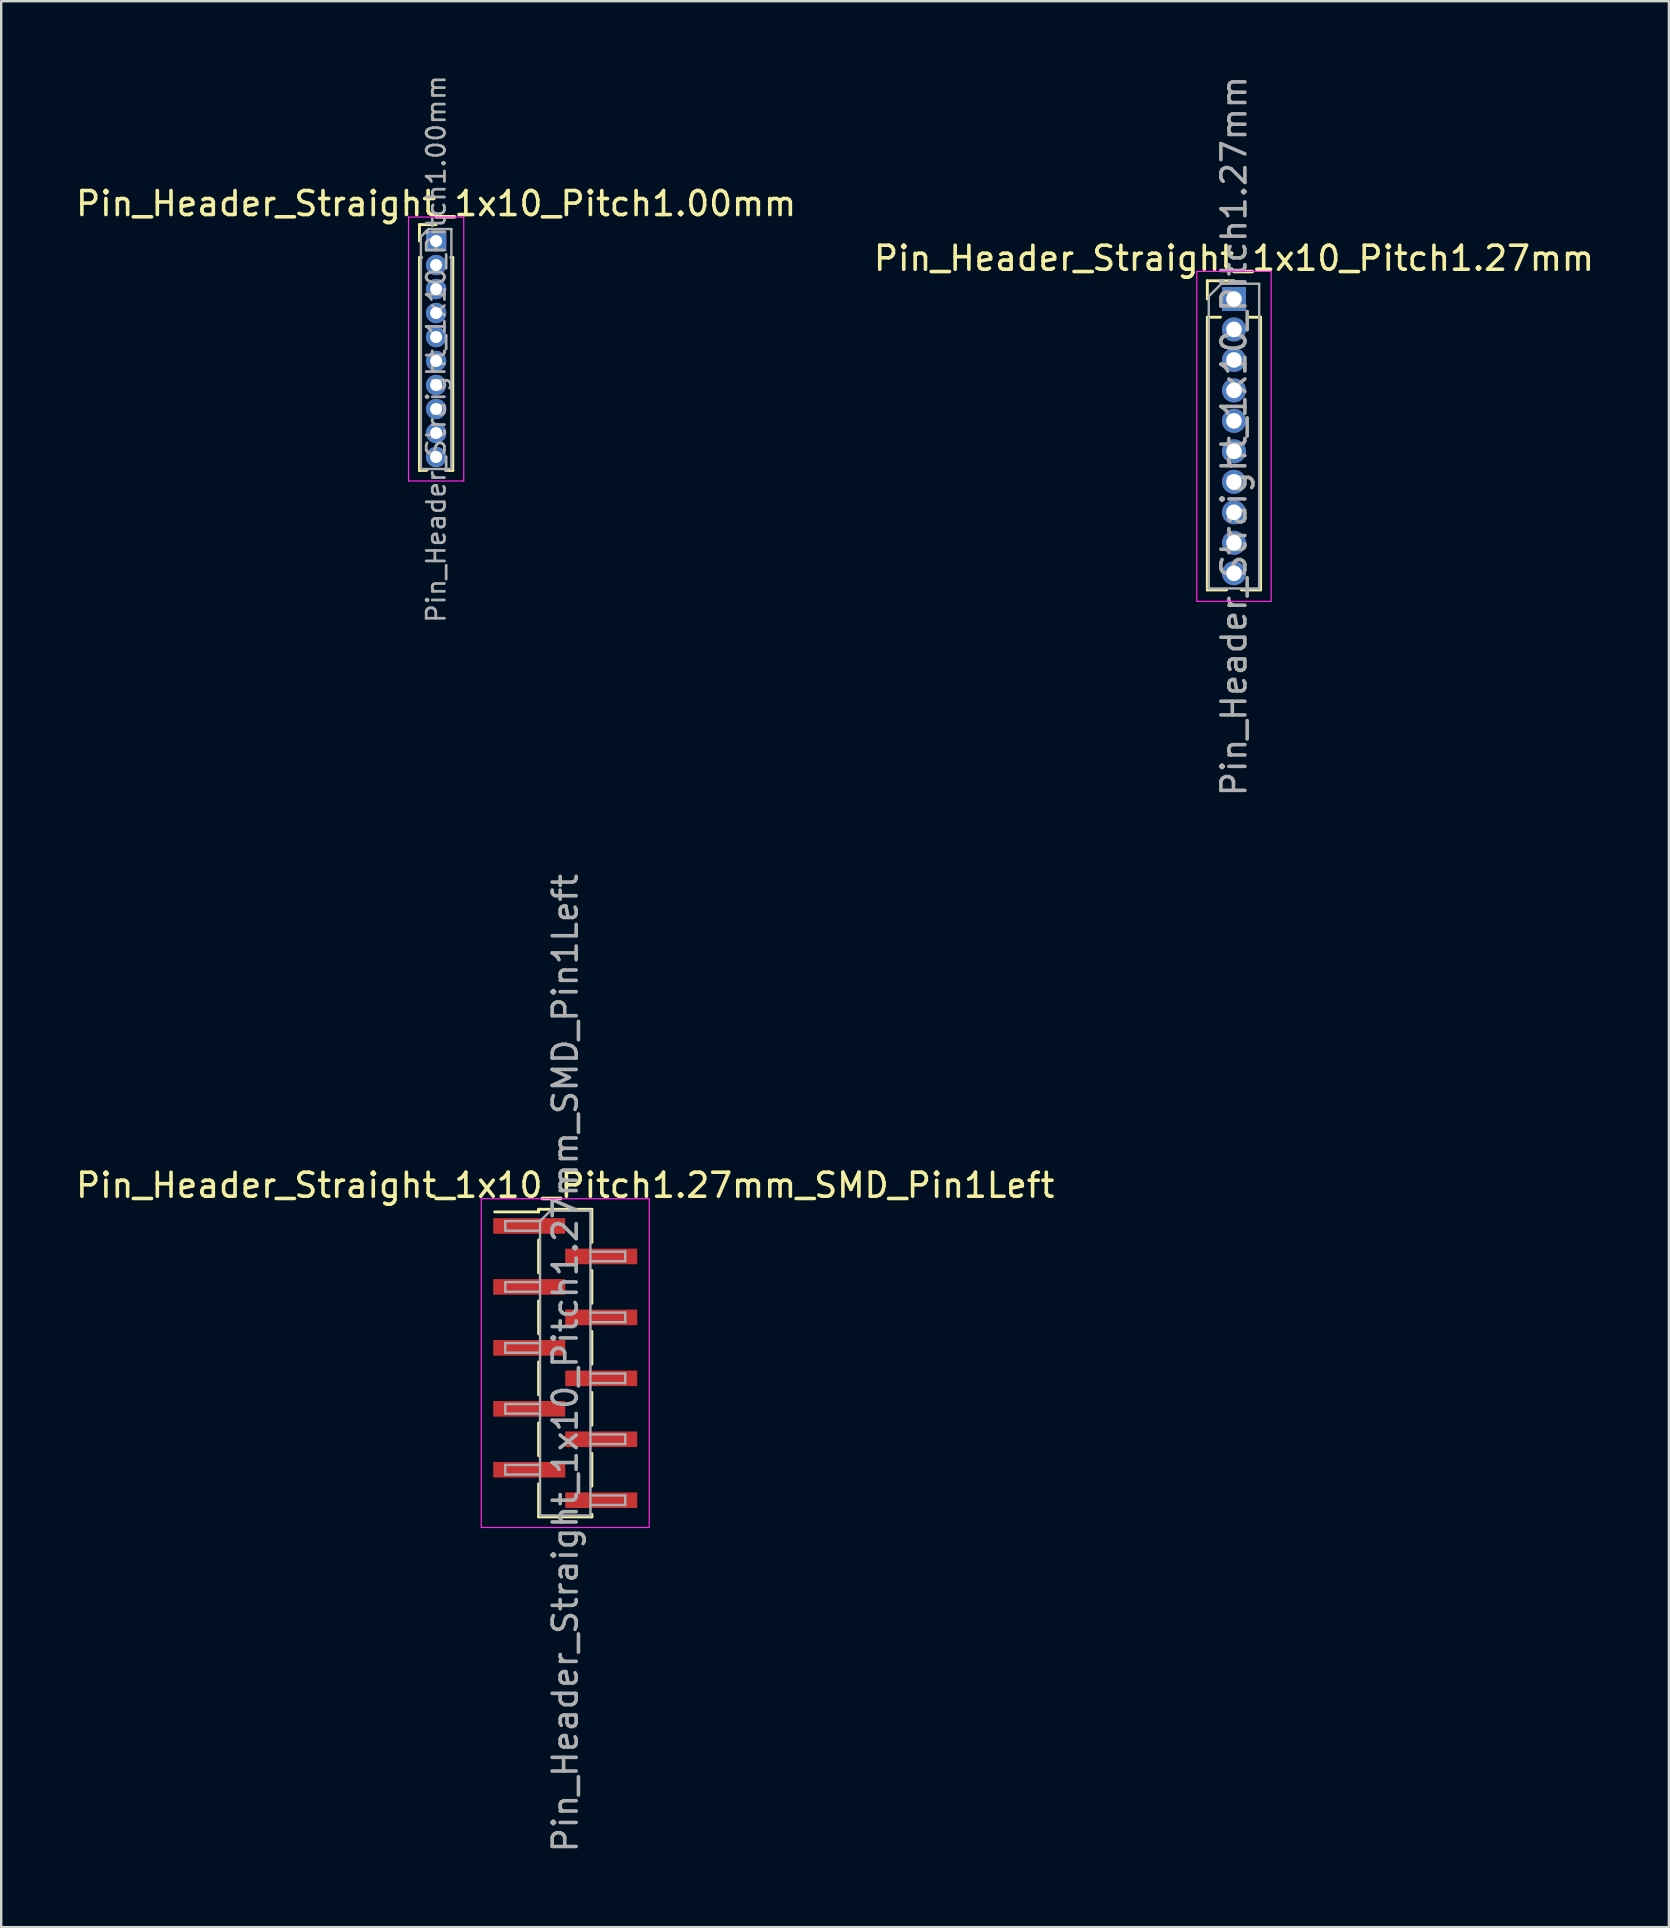
<source format=kicad_pcb>
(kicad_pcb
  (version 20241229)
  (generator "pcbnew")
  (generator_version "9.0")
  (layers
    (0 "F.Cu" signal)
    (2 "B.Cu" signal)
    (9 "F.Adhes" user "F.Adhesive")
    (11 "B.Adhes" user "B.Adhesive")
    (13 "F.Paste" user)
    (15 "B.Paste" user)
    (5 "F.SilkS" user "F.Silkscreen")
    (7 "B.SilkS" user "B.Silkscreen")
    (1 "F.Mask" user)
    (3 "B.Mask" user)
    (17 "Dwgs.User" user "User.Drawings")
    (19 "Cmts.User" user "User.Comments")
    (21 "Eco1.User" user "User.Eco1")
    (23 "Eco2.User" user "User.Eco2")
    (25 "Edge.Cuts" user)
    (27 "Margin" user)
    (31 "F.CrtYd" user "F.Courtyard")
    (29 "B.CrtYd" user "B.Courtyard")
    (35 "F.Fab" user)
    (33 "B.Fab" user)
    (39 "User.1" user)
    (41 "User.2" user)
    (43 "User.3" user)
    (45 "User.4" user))
  (footprint "Pin_Header_Straight_1x10_Pitch1.27mm"
    (layer "F.Cu")
    (at 48.375 9.41)
    (property "Reference" "Pin_Header_Straight_1x10_Pitch1.27mm" (at 0 -1.695 0) (layer "F.SilkS") (effects (font (size 1 1) (thickness 0.15))))
    (attr through_hole)
    (fp_line (start -1.11 -0.76) (end 0 -0.76) (stroke (width 0.12) (type solid)) (layer "F.SilkS"))
    (fp_line (start -1.11 0) (end -1.11 -0.76) (stroke (width 0.12) (type solid)) (layer "F.SilkS"))
    (fp_line (start -1.11 0.76) (end -1.11 12.125) (stroke (width 0.12) (type solid)) (layer "F.SilkS"))
    (fp_line (start -1.11 0.76) (end -0.563 0.76) (stroke (width 0.12) (type solid)) (layer "F.SilkS"))
    (fp_line (start -1.11 12.125) (end -0.308 12.125) (stroke (width 0.12) (type solid)) (layer "F.SilkS"))
    (fp_line (start 0.308 12.125) (end 1.11 12.125) (stroke (width 0.12) (type solid)) (layer "F.SilkS"))
    (fp_line (start 0.563 0.76) (end 1.11 0.76) (stroke (width 0.12) (type solid)) (layer "F.SilkS"))
    (fp_line (start 1.11 0.76) (end 1.11 12.125) (stroke (width 0.12) (type solid)) (layer "F.SilkS"))
    (fp_line (start -1.55 -1.15) (end -1.55 12.6) (stroke (width 0.05) (type solid)) (layer "F.CrtYd"))
    (fp_line (start -1.55 12.6) (end 1.55 12.6) (stroke (width 0.05) (type solid)) (layer "F.CrtYd"))
    (fp_line (start 1.55 -1.15) (end -1.55 -1.15) (stroke (width 0.05) (type solid)) (layer "F.CrtYd"))
    (fp_line (start 1.55 12.6) (end 1.55 -1.15) (stroke (width 0.05) (type solid)) (layer "F.CrtYd"))
    (fp_line (start -1.05 -0.11) (end -0.525 -0.635) (stroke (width 0.1) (type solid)) (layer "F.Fab"))
    (fp_line (start -1.05 12.065) (end -1.05 -0.11) (stroke (width 0.1) (type solid)) (layer "F.Fab"))
    (fp_line (start -0.525 -0.635) (end 1.05 -0.635) (stroke (width 0.1) (type solid)) (layer "F.Fab"))
    (fp_line (start 1.05 -0.635) (end 1.05 12.065) (stroke (width 0.1) (type solid)) (layer "F.Fab"))
    (fp_line (start 1.05 12.065) (end -1.05 12.065) (stroke (width 0.1) (type solid)) (layer "F.Fab"))
    (fp_text user "${REFERENCE}" (at 0 5.715 90) (layer "F.Fab") (effects (font (size 1 1) (thickness 0.15))))
    (pad "1" thru_hole rect (at 0 0) (size 1 1) (drill 0.65) (layers "*.Cu" "*.Mask"))
    (pad "2" thru_hole oval (at 0 1.27) (size 1 1) (drill 0.65) (layers "*.Cu" "*.Mask"))
    (pad "3" thru_hole oval (at 0 2.54) (size 1 1) (drill 0.65) (layers "*.Cu" "*.Mask"))
    (pad "4" thru_hole oval (at 0 3.81) (size 1 1) (drill 0.65) (layers "*.Cu" "*.Mask"))
    (pad "5" thru_hole oval (at 0 5.08) (size 1 1) (drill 0.65) (layers "*.Cu" "*.Mask"))
    (pad "6" thru_hole oval (at 0 6.35) (size 1 1) (drill 0.65) (layers "*.Cu" "*.Mask"))
    (pad "7" thru_hole oval (at 0 7.62) (size 1 1) (drill 0.65) (layers "*.Cu" "*.Mask"))
    (pad "8" thru_hole oval (at 0 8.89) (size 1 1) (drill 0.65) (layers "*.Cu" "*.Mask"))
    (pad "9" thru_hole oval (at 0 10.16) (size 1 1) (drill 0.65) (layers "*.Cu" "*.Mask"))
    (pad "10" thru_hole oval (at 0 11.43) (size 1 1) (drill 0.65) (layers "*.Cu" "*.Mask")))
  (footprint "Pin_Header_Straight_1x10_Pitch1.00mm"
    (layer "F.Cu")
    (at 15.125 6.995)
    (property "Reference" "Pin_Header_Straight_1x10_Pitch1.00mm" (at 0 -1.56 0) (layer "F.SilkS") (effects (font (size 1 1) (thickness 0.15))))
    (attr through_hole)
    (fp_line (start -0.695 -0.685) (end 0 -0.685) (stroke (width 0.12) (type solid)) (layer "F.SilkS"))
    (fp_line (start -0.695 0) (end -0.695 -0.685) (stroke (width 0.12) (type solid)) (layer "F.SilkS"))
    (fp_line (start -0.695 0.685) (end -0.695 9.56) (stroke (width 0.12) (type solid)) (layer "F.SilkS"))
    (fp_line (start -0.695 0.685) (end -0.608 0.685) (stroke (width 0.12) (type solid)) (layer "F.SilkS"))
    (fp_line (start -0.695 9.56) (end -0.394 9.56) (stroke (width 0.12) (type solid)) (layer "F.SilkS"))
    (fp_line (start 0.394 9.56) (end 0.695 9.56) (stroke (width 0.12) (type solid)) (layer "F.SilkS"))
    (fp_line (start 0.608 0.685) (end 0.695 0.685) (stroke (width 0.12) (type solid)) (layer "F.SilkS"))
    (fp_line (start 0.695 0.685) (end 0.695 9.56) (stroke (width 0.12) (type solid)) (layer "F.SilkS"))
    (fp_line (start -1.15 -1) (end -1.15 10) (stroke (width 0.05) (type solid)) (layer "F.CrtYd"))
    (fp_line (start -1.15 10) (end 1.15 10) (stroke (width 0.05) (type solid)) (layer "F.CrtYd"))
    (fp_line (start 1.15 -1) (end -1.15 -1) (stroke (width 0.05) (type solid)) (layer "F.CrtYd"))
    (fp_line (start 1.15 10) (end 1.15 -1) (stroke (width 0.05) (type solid)) (layer "F.CrtYd"))
    (fp_line (start -0.635 -0.182) (end -0.318 -0.5) (stroke (width 0.1) (type solid)) (layer "F.Fab"))
    (fp_line (start -0.635 9.5) (end -0.635 -0.182) (stroke (width 0.1) (type solid)) (layer "F.Fab"))
    (fp_line (start -0.318 -0.5) (end 0.635 -0.5) (stroke (width 0.1) (type solid)) (layer "F.Fab"))
    (fp_line (start 0.635 -0.5) (end 0.635 9.5) (stroke (width 0.1) (type solid)) (layer "F.Fab"))
    (fp_line (start 0.635 9.5) (end -0.635 9.5) (stroke (width 0.1) (type solid)) (layer "F.Fab"))
    (fp_text user "${REFERENCE}" (at 0 4.5 90) (layer "F.Fab") (effects (font (size 0.76 0.76) (thickness 0.114))))
    (pad "1" thru_hole rect (at 0 0) (size 0.85 0.85) (drill 0.5) (layers "*.Cu" "*.Mask"))
    (pad "2" thru_hole oval (at 0 1) (size 0.85 0.85) (drill 0.5) (layers "*.Cu" "*.Mask"))
    (pad "3" thru_hole oval (at 0 2) (size 0.85 0.85) (drill 0.5) (layers "*.Cu" "*.Mask"))
    (pad "4" thru_hole oval (at 0 3) (size 0.85 0.85) (drill 0.5) (layers "*.Cu" "*.Mask"))
    (pad "5" thru_hole oval (at 0 4) (size 0.85 0.85) (drill 0.5) (layers "*.Cu" "*.Mask"))
    (pad "6" thru_hole oval (at 0 5) (size 0.85 0.85) (drill 0.5) (layers "*.Cu" "*.Mask"))
    (pad "7" thru_hole oval (at 0 6) (size 0.85 0.85) (drill 0.5) (layers "*.Cu" "*.Mask"))
    (pad "8" thru_hole oval (at 0 7) (size 0.85 0.85) (drill 0.5) (layers "*.Cu" "*.Mask"))
    (pad "9" thru_hole oval (at 0 8) (size 0.85 0.85) (drill 0.5) (layers "*.Cu" "*.Mask"))
    (pad "10" thru_hole oval (at 0 9) (size 0.85 0.85) (drill 0.5) (layers "*.Cu" "*.Mask")))
  (footprint "Pin_Header_Straight_1x10_Pitch1.27mm_SMD_Pin1Left"
    (layer "F.Cu")
    (at 20.506 53.756)
    (property "Reference" "Pin_Header_Straight_1x10_Pitch1.27mm_SMD_Pin1Left" (at 0 -7.41 0) (layer "F.SilkS") (effects (font (size 1 1) (thickness 0.15))))
    (attr smd)
    (fp_line (start -1.11 -6.41) (end -1.11 -6.3) (stroke (width 0.12) (type solid)) (layer "F.SilkS"))
    (fp_line (start -1.11 -6.41) (end 1.11 -6.41) (stroke (width 0.12) (type solid)) (layer "F.SilkS"))
    (fp_line (start -1.11 -6.3) (end -2.94 -6.3) (stroke (width 0.12) (type solid)) (layer "F.SilkS"))
    (fp_line (start -1.11 -5.13) (end -1.11 -3.76) (stroke (width 0.12) (type solid)) (layer "F.SilkS"))
    (fp_line (start -1.11 -2.59) (end -1.11 -1.22) (stroke (width 0.12) (type solid)) (layer "F.SilkS"))
    (fp_line (start -1.11 -0.05) (end -1.11 1.32) (stroke (width 0.12) (type solid)) (layer "F.SilkS"))
    (fp_line (start -1.11 2.49) (end -1.11 3.86) (stroke (width 0.12) (type solid)) (layer "F.SilkS"))
    (fp_line (start -1.11 5.03) (end -1.11 6.4) (stroke (width 0.12) (type solid)) (layer "F.SilkS"))
    (fp_line (start -1.11 6.41) (end 1.11 6.41) (stroke (width 0.12) (type solid)) (layer "F.SilkS"))
    (fp_line (start 1.11 -6.4) (end 1.11 -5.03) (stroke (width 0.12) (type solid)) (layer "F.SilkS"))
    (fp_line (start 1.11 -3.86) (end 1.11 -2.49) (stroke (width 0.12) (type solid)) (layer "F.SilkS"))
    (fp_line (start 1.11 -1.32) (end 1.11 0.05) (stroke (width 0.12) (type solid)) (layer "F.SilkS"))
    (fp_line (start 1.11 1.22) (end 1.11 2.59) (stroke (width 0.12) (type solid)) (layer "F.SilkS"))
    (fp_line (start 1.11 3.76) (end 1.11 5.13) (stroke (width 0.12) (type solid)) (layer "F.SilkS"))
    (fp_line (start 1.11 6.3) (end 1.11 6.41) (stroke (width 0.12) (type solid)) (layer "F.SilkS"))
    (fp_line (start -3.5 -6.85) (end -3.5 6.85) (stroke (width 0.05) (type solid)) (layer "F.CrtYd"))
    (fp_line (start -3.5 6.85) (end 3.5 6.85) (stroke (width 0.05) (type solid)) (layer "F.CrtYd"))
    (fp_line (start 3.5 -6.85) (end -3.5 -6.85) (stroke (width 0.05) (type solid)) (layer "F.CrtYd"))
    (fp_line (start 3.5 6.85) (end 3.5 -6.85) (stroke (width 0.05) (type solid)) (layer "F.CrtYd"))
    (fp_line (start -2.5 -5.915) (end -2.5 -5.515) (stroke (width 0.1) (type solid)) (layer "F.Fab"))
    (fp_line (start -2.5 -5.515) (end -1.05 -5.515) (stroke (width 0.1) (type solid)) (layer "F.Fab"))
    (fp_line (start -2.5 -3.375) (end -2.5 -2.975) (stroke (width 0.1) (type solid)) (layer "F.Fab"))
    (fp_line (start -2.5 -2.975) (end -1.05 -2.975) (stroke (width 0.1) (type solid)) (layer "F.Fab"))
    (fp_line (start -2.5 -0.835) (end -2.5 -0.435) (stroke (width 0.1) (type solid)) (layer "F.Fab"))
    (fp_line (start -2.5 -0.435) (end -1.05 -0.435) (stroke (width 0.1) (type solid)) (layer "F.Fab"))
    (fp_line (start -2.5 1.705) (end -2.5 2.105) (stroke (width 0.1) (type solid)) (layer "F.Fab"))
    (fp_line (start -2.5 2.105) (end -1.05 2.105) (stroke (width 0.1) (type solid)) (layer "F.Fab"))
    (fp_line (start -2.5 4.245) (end -2.5 4.645) (stroke (width 0.1) (type solid)) (layer "F.Fab"))
    (fp_line (start -2.5 4.645) (end -1.05 4.645) (stroke (width 0.1) (type solid)) (layer "F.Fab"))
    (fp_line (start -1.05 -5.915) (end -2.5 -5.915) (stroke (width 0.1) (type solid)) (layer "F.Fab"))
    (fp_line (start -1.05 -5.915) (end -0.615 -6.35) (stroke (width 0.1) (type solid)) (layer "F.Fab"))
    (fp_line (start -1.05 -3.375) (end -2.5 -3.375) (stroke (width 0.1) (type solid)) (layer "F.Fab"))
    (fp_line (start -1.05 -0.835) (end -2.5 -0.835) (stroke (width 0.1) (type solid)) (layer "F.Fab"))
    (fp_line (start -1.05 1.705) (end -2.5 1.705) (stroke (width 0.1) (type solid)) (layer "F.Fab"))
    (fp_line (start -1.05 4.245) (end -2.5 4.245) (stroke (width 0.1) (type solid)) (layer "F.Fab"))
    (fp_line (start -1.05 6.35) (end -1.05 -5.915) (stroke (width 0.1) (type solid)) (layer "F.Fab"))
    (fp_line (start -0.615 -6.35) (end 1.05 -6.35) (stroke (width 0.1) (type solid)) (layer "F.Fab"))
    (fp_line (start 1.05 -6.35) (end 1.05 6.35) (stroke (width 0.1) (type solid)) (layer "F.Fab"))
    (fp_line (start 1.05 -4.645) (end 2.5 -4.645) (stroke (width 0.1) (type solid)) (layer "F.Fab"))
    (fp_line (start 1.05 -2.105) (end 2.5 -2.105) (stroke (width 0.1) (type solid)) (layer "F.Fab"))
    (fp_line (start 1.05 0.435) (end 2.5 0.435) (stroke (width 0.1) (type solid)) (layer "F.Fab"))
    (fp_line (start 1.05 2.975) (end 2.5 2.975) (stroke (width 0.1) (type solid)) (layer "F.Fab"))
    (fp_line (start 1.05 5.515) (end 2.5 5.515) (stroke (width 0.1) (type solid)) (layer "F.Fab"))
    (fp_line (start 1.05 6.35) (end -1.05 6.35) (stroke (width 0.1) (type solid)) (layer "F.Fab"))
    (fp_line (start 2.5 -4.645) (end 2.5 -4.245) (stroke (width 0.1) (type solid)) (layer "F.Fab"))
    (fp_line (start 2.5 -4.245) (end 1.05 -4.245) (stroke (width 0.1) (type solid)) (layer "F.Fab"))
    (fp_line (start 2.5 -2.105) (end 2.5 -1.705) (stroke (width 0.1) (type solid)) (layer "F.Fab"))
    (fp_line (start 2.5 -1.705) (end 1.05 -1.705) (stroke (width 0.1) (type solid)) (layer "F.Fab"))
    (fp_line (start 2.5 0.435) (end 2.5 0.835) (stroke (width 0.1) (type solid)) (layer "F.Fab"))
    (fp_line (start 2.5 0.835) (end 1.05 0.835) (stroke (width 0.1) (type solid)) (layer "F.Fab"))
    (fp_line (start 2.5 2.975) (end 2.5 3.375) (stroke (width 0.1) (type solid)) (layer "F.Fab"))
    (fp_line (start 2.5 3.375) (end 1.05 3.375) (stroke (width 0.1) (type solid)) (layer "F.Fab"))
    (fp_line (start 2.5 5.515) (end 2.5 5.915) (stroke (width 0.1) (type solid)) (layer "F.Fab"))
    (fp_line (start 2.5 5.915) (end 1.05 5.915) (stroke (width 0.1) (type solid)) (layer "F.Fab"))
    (fp_text user "${REFERENCE}" (at 0 0 90) (layer "F.Fab") (effects (font (size 1 1) (thickness 0.15))))
    (pad "1" smd rect (at -1.5 -5.715) (size 3 0.65) (layers "F.Cu" "F.Mask" "F.Paste"))
    (pad "2" smd rect (at 1.5 -4.445) (size 3 0.65) (layers "F.Cu" "F.Mask" "F.Paste"))
    (pad "3" smd rect (at -1.5 -3.175) (size 3 0.65) (layers "F.Cu" "F.Mask" "F.Paste"))
    (pad "4" smd rect (at 1.5 -1.905) (size 3 0.65) (layers "F.Cu" "F.Mask" "F.Paste"))
    (pad "5" smd rect (at -1.5 -0.635) (size 3 0.65) (layers "F.Cu" "F.Mask" "F.Paste"))
    (pad "6" smd rect (at 1.5 0.635) (size 3 0.65) (layers "F.Cu" "F.Mask" "F.Paste"))
    (pad "7" smd rect (at -1.5 1.905) (size 3 0.65) (layers "F.Cu" "F.Mask" "F.Paste"))
    (pad "8" smd rect (at 1.5 3.175) (size 3 0.65) (layers "F.Cu" "F.Mask" "F.Paste"))
    (pad "9" smd rect (at -1.5 4.445) (size 3 0.65) (layers "F.Cu" "F.Mask" "F.Paste"))
    (pad "10" smd rect (at 1.5 5.715) (size 3 0.65) (layers "F.Cu" "F.Mask" "F.Paste")))
  (gr_rect
    (start -3 -3)
    (end 66.5 77.262)
    (stroke (width 0.1) (type default))
    (fill no)
    (layer "Edge.Cuts")))
</source>
